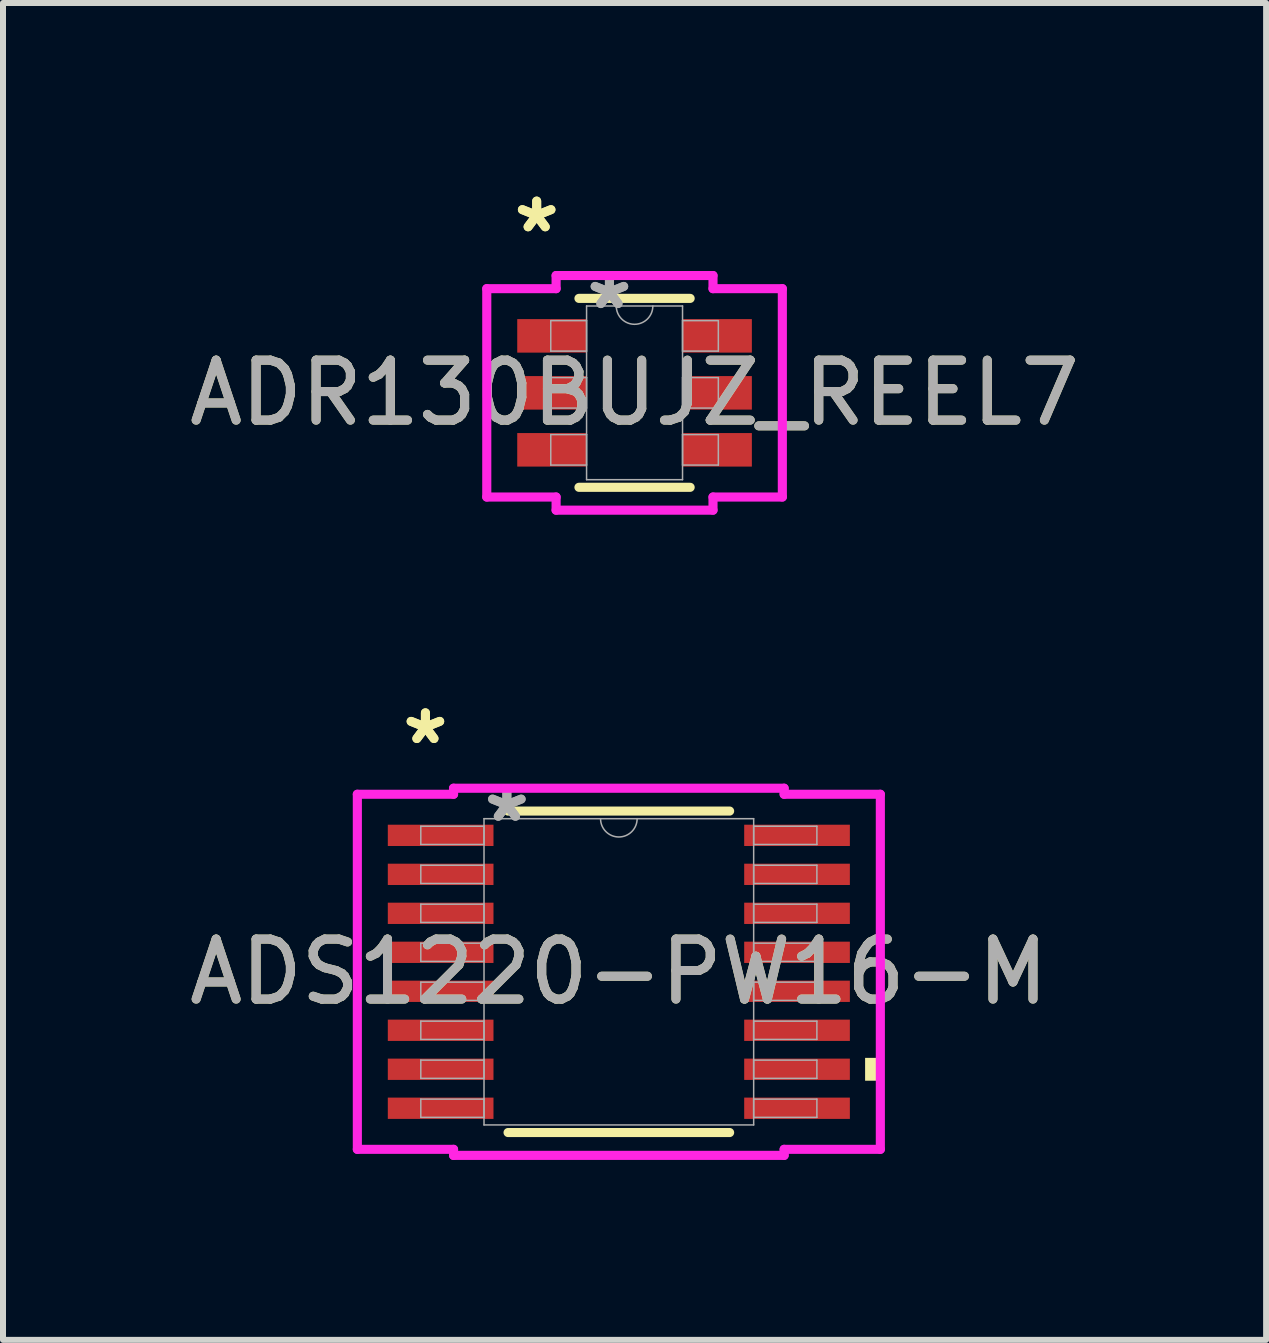
<source format=kicad_pcb>
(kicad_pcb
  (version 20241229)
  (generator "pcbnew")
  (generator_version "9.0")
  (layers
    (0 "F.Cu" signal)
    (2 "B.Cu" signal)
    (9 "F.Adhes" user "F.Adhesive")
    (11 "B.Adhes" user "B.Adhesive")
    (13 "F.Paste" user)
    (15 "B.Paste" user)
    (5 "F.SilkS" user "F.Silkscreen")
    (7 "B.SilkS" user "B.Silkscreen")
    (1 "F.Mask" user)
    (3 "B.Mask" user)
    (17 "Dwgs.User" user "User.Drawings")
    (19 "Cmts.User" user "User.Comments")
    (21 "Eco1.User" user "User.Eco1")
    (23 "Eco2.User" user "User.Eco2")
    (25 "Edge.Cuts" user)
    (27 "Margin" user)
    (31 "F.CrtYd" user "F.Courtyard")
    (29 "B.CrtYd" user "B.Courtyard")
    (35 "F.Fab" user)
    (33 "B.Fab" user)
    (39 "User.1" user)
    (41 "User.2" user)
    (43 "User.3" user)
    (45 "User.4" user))
  (footprint "ADR130BUJZ_REEL7"
    (layer "F.Cu")
    (at 7.53 3.5)
    (property "Reference" "ADR130BUJZ_REEL7" (at 0 0 0) (unlocked yes) (layer "F.SilkS") (effects (font (size 1 1) (thickness 0.15))))
    (attr smd)
    (fp_line (start -0.927 1.575) (end 0.927 1.575) (stroke (width 0.152) (type solid)) (layer "F.SilkS"))
    (fp_line (start 0.927 -1.575) (end -0.927 -1.575) (stroke (width 0.152) (type solid)) (layer "F.SilkS"))
    (fp_line (start -2.464 -1.737) (end -1.308 -1.737) (stroke (width 0.152) (type solid)) (layer "F.CrtYd"))
    (fp_line (start -2.464 1.737) (end -2.464 -1.737) (stroke (width 0.152) (type solid)) (layer "F.CrtYd"))
    (fp_line (start -2.464 1.737) (end -1.308 1.737) (stroke (width 0.152) (type solid)) (layer "F.CrtYd"))
    (fp_line (start -1.308 -1.956) (end 1.308 -1.956) (stroke (width 0.152) (type solid)) (layer "F.CrtYd"))
    (fp_line (start -1.308 -1.737) (end -1.308 -1.956) (stroke (width 0.152) (type solid)) (layer "F.CrtYd"))
    (fp_line (start -1.308 1.956) (end -1.308 1.737) (stroke (width 0.152) (type solid)) (layer "F.CrtYd"))
    (fp_line (start 1.308 -1.956) (end 1.308 -1.737) (stroke (width 0.152) (type solid)) (layer "F.CrtYd"))
    (fp_line (start 1.308 1.737) (end 1.308 1.956) (stroke (width 0.152) (type solid)) (layer "F.CrtYd"))
    (fp_line (start 1.308 1.956) (end -1.308 1.956) (stroke (width 0.152) (type solid)) (layer "F.CrtYd"))
    (fp_line (start 2.464 -1.737) (end 1.308 -1.737) (stroke (width 0.152) (type solid)) (layer "F.CrtYd"))
    (fp_line (start 2.464 -1.737) (end 2.464 1.737) (stroke (width 0.152) (type solid)) (layer "F.CrtYd"))
    (fp_line (start 2.464 1.737) (end 1.308 1.737) (stroke (width 0.152) (type solid)) (layer "F.CrtYd"))
    (fp_line (start -1.397 -1.204) (end -1.397 -0.696) (stroke (width 0.025) (type solid)) (layer "F.Fab"))
    (fp_line (start -1.397 -0.696) (end -0.8 -0.696) (stroke (width 0.025) (type solid)) (layer "F.Fab"))
    (fp_line (start -1.397 -0.254) (end -1.397 0.254) (stroke (width 0.025) (type solid)) (layer "F.Fab"))
    (fp_line (start -1.397 0.254) (end -0.8 0.254) (stroke (width 0.025) (type solid)) (layer "F.Fab"))
    (fp_line (start -1.397 0.696) (end -1.397 1.204) (stroke (width 0.025) (type solid)) (layer "F.Fab"))
    (fp_line (start -1.397 1.204) (end -0.8 1.204) (stroke (width 0.025) (type solid)) (layer "F.Fab"))
    (fp_line (start -0.8 -1.448) (end -0.8 1.448) (stroke (width 0.025) (type solid)) (layer "F.Fab"))
    (fp_line (start -0.8 -1.204) (end -1.397 -1.204) (stroke (width 0.025) (type solid)) (layer "F.Fab"))
    (fp_line (start -0.8 -0.696) (end -0.8 -1.204) (stroke (width 0.025) (type solid)) (layer "F.Fab"))
    (fp_line (start -0.8 -0.254) (end -1.397 -0.254) (stroke (width 0.025) (type solid)) (layer "F.Fab"))
    (fp_line (start -0.8 0.254) (end -0.8 -0.254) (stroke (width 0.025) (type solid)) (layer "F.Fab"))
    (fp_line (start -0.8 0.696) (end -1.397 0.696) (stroke (width 0.025) (type solid)) (layer "F.Fab"))
    (fp_line (start -0.8 1.204) (end -0.8 0.696) (stroke (width 0.025) (type solid)) (layer "F.Fab"))
    (fp_line (start -0.8 1.448) (end 0.8 1.448) (stroke (width 0.025) (type solid)) (layer "F.Fab"))
    (fp_line (start 0.8 -1.448) (end -0.8 -1.448) (stroke (width 0.025) (type solid)) (layer "F.Fab"))
    (fp_line (start 0.8 -1.204) (end 0.8 -0.696) (stroke (width 0.025) (type solid)) (layer "F.Fab"))
    (fp_line (start 0.8 -0.696) (end 1.397 -0.696) (stroke (width 0.025) (type solid)) (layer "F.Fab"))
    (fp_line (start 0.8 -0.254) (end 0.8 0.254) (stroke (width 0.025) (type solid)) (layer "F.Fab"))
    (fp_line (start 0.8 0.254) (end 1.397 0.254) (stroke (width 0.025) (type solid)) (layer "F.Fab"))
    (fp_line (start 0.8 0.696) (end 0.8 1.204) (stroke (width 0.025) (type solid)) (layer "F.Fab"))
    (fp_line (start 0.8 1.204) (end 1.397 1.204) (stroke (width 0.025) (type solid)) (layer "F.Fab"))
    (fp_line (start 0.8 1.448) (end 0.8 -1.448) (stroke (width 0.025) (type solid)) (layer "F.Fab"))
    (fp_line (start 1.397 -1.204) (end 0.8 -1.204) (stroke (width 0.025) (type solid)) (layer "F.Fab"))
    (fp_line (start 1.397 -0.696) (end 1.397 -1.204) (stroke (width 0.025) (type solid)) (layer "F.Fab"))
    (fp_line (start 1.397 -0.254) (end 0.8 -0.254) (stroke (width 0.025) (type solid)) (layer "F.Fab"))
    (fp_line (start 1.397 0.254) (end 1.397 -0.254) (stroke (width 0.025) (type solid)) (layer "F.Fab"))
    (fp_line (start 1.397 0.696) (end 0.8 0.696) (stroke (width 0.025) (type solid)) (layer "F.Fab"))
    (fp_line (start 1.397 1.204) (end 1.397 0.696) (stroke (width 0.025) (type solid)) (layer "F.Fab"))
    (fp_arc (start 0.3048 -1.4478) (mid 0 -1.143) (end -0.3048 -1.4478) (stroke (width 0.0254) (type solid)) (layer "F.Fab"))
    (fp_text user "*" (at -1.632 -2.652 0) (unlocked yes) (layer "F.SilkS") (effects (font (size 1 1) (thickness 0.15))))
    (fp_text user "*" (at -1.632 -2.652 0) (layer "F.SilkS") (effects (font (size 1 1) (thickness 0.15))))
    (fp_text user "*" (at -0.419 -1.372 0) (unlocked yes) (layer "F.Fab") (effects (font (size 1 1) (thickness 0.15))))
    (fp_text user "*" (at -0.419 -1.372 0) (layer "F.Fab") (effects (font (size 1 1) (thickness 0.15))))
    (fp_text user "${REFERENCE}" (at 0 0 0) (unlocked yes) (layer "F.Fab") (effects (font (size 1 1) (thickness 0.15))))
    (pad "1" smd rect (at -1.378 -0.95) (size 1.156 0.559) (layers "F.Cu" "F.Mask" "F.Paste"))
    (pad "2" smd rect (at -1.378 0) (size 1.156 0.559) (layers "F.Cu" "F.Mask" "F.Paste"))
    (pad "3" smd rect (at -1.378 0.95) (size 1.156 0.559) (layers "F.Cu" "F.Mask" "F.Paste"))
    (pad "4" smd rect (at 1.378 0.95) (size 1.156 0.559) (layers "F.Cu" "F.Mask" "F.Paste"))
    (pad "5" smd rect (at 1.378 0) (size 1.156 0.559) (layers "F.Cu" "F.Mask" "F.Paste"))
    (pad "6" smd rect (at 1.378 -0.95) (size 1.156 0.559) (layers "F.Cu" "F.Mask" "F.Paste")))
  (footprint "ADS1220-PW16-M"
    (layer "F.Cu")
    (at 7.268 13.153)
    (property "Reference" "ADS1220-PW16-M" (at 0 0 0) (unlocked yes) (layer "F.SilkS") (effects (font (size 1 1) (thickness 0.15))))
    (attr smd)
    (fp_line (start -1.847 2.68) (end 1.847 2.68) (stroke (width 0.152) (type solid)) (layer "F.SilkS"))
    (fp_line (start 1.847 -2.68) (end -1.847 -2.68) (stroke (width 0.152) (type solid)) (layer "F.SilkS"))
    (fp_poly (pts (xy 4.36 1.435) (xy 4.36 1.816) (xy 4.106 1.816) (xy 4.106 1.435)) (stroke (width 0) (type solid)) (fill yes) (layer "F.SilkS"))
    (fp_line (start -4.36 -2.96) (end -2.756 -2.96) (stroke (width 0.152) (type solid)) (layer "F.CrtYd"))
    (fp_line (start -4.36 2.96) (end -4.36 -2.96) (stroke (width 0.152) (type solid)) (layer "F.CrtYd"))
    (fp_line (start -4.36 2.96) (end -2.756 2.96) (stroke (width 0.152) (type solid)) (layer "F.CrtYd"))
    (fp_line (start -2.756 -3.061) (end 2.756 -3.061) (stroke (width 0.152) (type solid)) (layer "F.CrtYd"))
    (fp_line (start -2.756 -2.96) (end -2.756 -3.061) (stroke (width 0.152) (type solid)) (layer "F.CrtYd"))
    (fp_line (start -2.756 3.061) (end -2.756 2.96) (stroke (width 0.152) (type solid)) (layer "F.CrtYd"))
    (fp_line (start 2.756 -3.061) (end 2.756 -2.96) (stroke (width 0.152) (type solid)) (layer "F.CrtYd"))
    (fp_line (start 2.756 2.96) (end 2.756 3.061) (stroke (width 0.152) (type solid)) (layer "F.CrtYd"))
    (fp_line (start 2.756 3.061) (end -2.756 3.061) (stroke (width 0.152) (type solid)) (layer "F.CrtYd"))
    (fp_line (start 4.36 -2.96) (end 2.756 -2.96) (stroke (width 0.152) (type solid)) (layer "F.CrtYd"))
    (fp_line (start 4.36 -2.96) (end 4.36 2.96) (stroke (width 0.152) (type solid)) (layer "F.CrtYd"))
    (fp_line (start 4.36 2.96) (end 2.756 2.96) (stroke (width 0.152) (type solid)) (layer "F.CrtYd"))
    (fp_line (start -3.302 -2.427) (end -3.302 -2.123) (stroke (width 0.025) (type solid)) (layer "F.Fab"))
    (fp_line (start -3.302 -2.123) (end -2.248 -2.123) (stroke (width 0.025) (type solid)) (layer "F.Fab"))
    (fp_line (start -3.302 -1.777) (end -3.302 -1.473) (stroke (width 0.025) (type solid)) (layer "F.Fab"))
    (fp_line (start -3.302 -1.473) (end -2.248 -1.473) (stroke (width 0.025) (type solid)) (layer "F.Fab"))
    (fp_line (start -3.302 -1.127) (end -3.302 -0.823) (stroke (width 0.025) (type solid)) (layer "F.Fab"))
    (fp_line (start -3.302 -0.823) (end -2.248 -0.823) (stroke (width 0.025) (type solid)) (layer "F.Fab"))
    (fp_line (start -3.302 -0.477) (end -3.302 -0.173) (stroke (width 0.025) (type solid)) (layer "F.Fab"))
    (fp_line (start -3.302 -0.173) (end -2.248 -0.173) (stroke (width 0.025) (type solid)) (layer "F.Fab"))
    (fp_line (start -3.302 0.173) (end -3.302 0.477) (stroke (width 0.025) (type solid)) (layer "F.Fab"))
    (fp_line (start -3.302 0.477) (end -2.248 0.477) (stroke (width 0.025) (type solid)) (layer "F.Fab"))
    (fp_line (start -3.302 0.823) (end -3.302 1.127) (stroke (width 0.025) (type solid)) (layer "F.Fab"))
    (fp_line (start -3.302 1.127) (end -2.248 1.127) (stroke (width 0.025) (type solid)) (layer "F.Fab"))
    (fp_line (start -3.302 1.473) (end -3.302 1.777) (stroke (width 0.025) (type solid)) (layer "F.Fab"))
    (fp_line (start -3.302 1.777) (end -2.248 1.777) (stroke (width 0.025) (type solid)) (layer "F.Fab"))
    (fp_line (start -3.302 2.123) (end -3.302 2.427) (stroke (width 0.025) (type solid)) (layer "F.Fab"))
    (fp_line (start -3.302 2.427) (end -2.248 2.427) (stroke (width 0.025) (type solid)) (layer "F.Fab"))
    (fp_line (start -2.248 -2.553) (end -2.248 2.553) (stroke (width 0.025) (type solid)) (layer "F.Fab"))
    (fp_line (start -2.248 -2.427) (end -3.302 -2.427) (stroke (width 0.025) (type solid)) (layer "F.Fab"))
    (fp_line (start -2.248 -2.123) (end -2.248 -2.427) (stroke (width 0.025) (type solid)) (layer "F.Fab"))
    (fp_line (start -2.248 -1.777) (end -3.302 -1.777) (stroke (width 0.025) (type solid)) (layer "F.Fab"))
    (fp_line (start -2.248 -1.473) (end -2.248 -1.777) (stroke (width 0.025) (type solid)) (layer "F.Fab"))
    (fp_line (start -2.248 -1.127) (end -3.302 -1.127) (stroke (width 0.025) (type solid)) (layer "F.Fab"))
    (fp_line (start -2.248 -0.823) (end -2.248 -1.127) (stroke (width 0.025) (type solid)) (layer "F.Fab"))
    (fp_line (start -2.248 -0.477) (end -3.302 -0.477) (stroke (width 0.025) (type solid)) (layer "F.Fab"))
    (fp_line (start -2.248 -0.173) (end -2.248 -0.477) (stroke (width 0.025) (type solid)) (layer "F.Fab"))
    (fp_line (start -2.248 0.173) (end -3.302 0.173) (stroke (width 0.025) (type solid)) (layer "F.Fab"))
    (fp_line (start -2.248 0.477) (end -2.248 0.173) (stroke (width 0.025) (type solid)) (layer "F.Fab"))
    (fp_line (start -2.248 0.823) (end -3.302 0.823) (stroke (width 0.025) (type solid)) (layer "F.Fab"))
    (fp_line (start -2.248 1.127) (end -2.248 0.823) (stroke (width 0.025) (type solid)) (layer "F.Fab"))
    (fp_line (start -2.248 1.473) (end -3.302 1.473) (stroke (width 0.025) (type solid)) (layer "F.Fab"))
    (fp_line (start -2.248 1.777) (end -2.248 1.473) (stroke (width 0.025) (type solid)) (layer "F.Fab"))
    (fp_line (start -2.248 2.123) (end -3.302 2.123) (stroke (width 0.025) (type solid)) (layer "F.Fab"))
    (fp_line (start -2.248 2.427) (end -2.248 2.123) (stroke (width 0.025) (type solid)) (layer "F.Fab"))
    (fp_line (start -2.248 2.553) (end 2.248 2.553) (stroke (width 0.025) (type solid)) (layer "F.Fab"))
    (fp_line (start 2.248 -2.553) (end -2.248 -2.553) (stroke (width 0.025) (type solid)) (layer "F.Fab"))
    (fp_line (start 2.248 -2.427) (end 2.248 -2.123) (stroke (width 0.025) (type solid)) (layer "F.Fab"))
    (fp_line (start 2.248 -2.123) (end 3.302 -2.123) (stroke (width 0.025) (type solid)) (layer "F.Fab"))
    (fp_line (start 2.248 -1.777) (end 2.248 -1.473) (stroke (width 0.025) (type solid)) (layer "F.Fab"))
    (fp_line (start 2.248 -1.473) (end 3.302 -1.473) (stroke (width 0.025) (type solid)) (layer "F.Fab"))
    (fp_line (start 2.248 -1.127) (end 2.248 -0.823) (stroke (width 0.025) (type solid)) (layer "F.Fab"))
    (fp_line (start 2.248 -0.823) (end 3.302 -0.823) (stroke (width 0.025) (type solid)) (layer "F.Fab"))
    (fp_line (start 2.248 -0.477) (end 2.248 -0.173) (stroke (width 0.025) (type solid)) (layer "F.Fab"))
    (fp_line (start 2.248 -0.173) (end 3.302 -0.173) (stroke (width 0.025) (type solid)) (layer "F.Fab"))
    (fp_line (start 2.248 0.173) (end 2.248 0.477) (stroke (width 0.025) (type solid)) (layer "F.Fab"))
    (fp_line (start 2.248 0.477) (end 3.302 0.477) (stroke (width 0.025) (type solid)) (layer "F.Fab"))
    (fp_line (start 2.248 0.823) (end 2.248 1.127) (stroke (width 0.025) (type solid)) (layer "F.Fab"))
    (fp_line (start 2.248 1.127) (end 3.302 1.127) (stroke (width 0.025) (type solid)) (layer "F.Fab"))
    (fp_line (start 2.248 1.473) (end 2.248 1.777) (stroke (width 0.025) (type solid)) (layer "F.Fab"))
    (fp_line (start 2.248 1.777) (end 3.302 1.777) (stroke (width 0.025) (type solid)) (layer "F.Fab"))
    (fp_line (start 2.248 2.123) (end 2.248 2.427) (stroke (width 0.025) (type solid)) (layer "F.Fab"))
    (fp_line (start 2.248 2.427) (end 3.302 2.427) (stroke (width 0.025) (type solid)) (layer "F.Fab"))
    (fp_line (start 2.248 2.553) (end 2.248 -2.553) (stroke (width 0.025) (type solid)) (layer "F.Fab"))
    (fp_line (start 3.302 -2.427) (end 2.248 -2.427) (stroke (width 0.025) (type solid)) (layer "F.Fab"))
    (fp_line (start 3.302 -2.123) (end 3.302 -2.427) (stroke (width 0.025) (type solid)) (layer "F.Fab"))
    (fp_line (start 3.302 -1.777) (end 2.248 -1.777) (stroke (width 0.025) (type solid)) (layer "F.Fab"))
    (fp_line (start 3.302 -1.473) (end 3.302 -1.777) (stroke (width 0.025) (type solid)) (layer "F.Fab"))
    (fp_line (start 3.302 -1.127) (end 2.248 -1.127) (stroke (width 0.025) (type solid)) (layer "F.Fab"))
    (fp_line (start 3.302 -0.823) (end 3.302 -1.127) (stroke (width 0.025) (type solid)) (layer "F.Fab"))
    (fp_line (start 3.302 -0.477) (end 2.248 -0.477) (stroke (width 0.025) (type solid)) (layer "F.Fab"))
    (fp_line (start 3.302 -0.173) (end 3.302 -0.477) (stroke (width 0.025) (type solid)) (layer "F.Fab"))
    (fp_line (start 3.302 0.173) (end 2.248 0.173) (stroke (width 0.025) (type solid)) (layer "F.Fab"))
    (fp_line (start 3.302 0.477) (end 3.302 0.173) (stroke (width 0.025) (type solid)) (layer "F.Fab"))
    (fp_line (start 3.302 0.823) (end 2.248 0.823) (stroke (width 0.025) (type solid)) (layer "F.Fab"))
    (fp_line (start 3.302 1.127) (end 3.302 0.823) (stroke (width 0.025) (type solid)) (layer "F.Fab"))
    (fp_line (start 3.302 1.473) (end 2.248 1.473) (stroke (width 0.025) (type solid)) (layer "F.Fab"))
    (fp_line (start 3.302 1.777) (end 3.302 1.473) (stroke (width 0.025) (type solid)) (layer "F.Fab"))
    (fp_line (start 3.302 2.123) (end 2.248 2.123) (stroke (width 0.025) (type solid)) (layer "F.Fab"))
    (fp_line (start 3.302 2.427) (end 3.302 2.123) (stroke (width 0.025) (type solid)) (layer "F.Fab"))
    (fp_arc (start 0.3048 -2.5527) (mid 0 -2.2479) (end -0.3048 -2.5527) (stroke (width 0.0254) (type solid)) (layer "F.Fab"))
    (fp_text user "*" (at -3.225 -3.773 0) (unlocked yes) (layer "F.SilkS") (effects (font (size 1 1) (thickness 0.15))))
    (fp_text user "*" (at -3.225 -3.773 0) (layer "F.SilkS") (effects (font (size 1 1) (thickness 0.15))))
    (fp_text user "*" (at -1.867 -2.477 0) (layer "F.Fab") (effects (font (size 1 1) (thickness 0.15))))
    (fp_text user "*" (at -1.867 -2.477 0) (unlocked yes) (layer "F.Fab") (effects (font (size 1 1) (thickness 0.15))))
    (fp_text user "${REFERENCE}" (at 0 0 0) (unlocked yes) (layer "F.Fab") (effects (font (size 1 1) (thickness 0.15))))
    (pad "1" smd rect (at -2.971 -2.275) (size 1.762 0.355) (layers "F.Cu" "F.Mask" "F.Paste"))
    (pad "2" smd rect (at -2.971 -1.625) (size 1.762 0.355) (layers "F.Cu" "F.Mask" "F.Paste"))
    (pad "3" smd rect (at -2.971 -0.975) (size 1.762 0.355) (layers "F.Cu" "F.Mask" "F.Paste"))
    (pad "4" smd rect (at -2.971 -0.325) (size 1.762 0.355) (layers "F.Cu" "F.Mask" "F.Paste"))
    (pad "5" smd rect (at -2.971 0.325) (size 1.762 0.355) (layers "F.Cu" "F.Mask" "F.Paste"))
    (pad "6" smd rect (at -2.971 0.975) (size 1.762 0.355) (layers "F.Cu" "F.Mask" "F.Paste"))
    (pad "7" smd rect (at -2.971 1.625) (size 1.762 0.355) (layers "F.Cu" "F.Mask" "F.Paste"))
    (pad "8" smd rect (at -2.971 2.275) (size 1.762 0.355) (layers "F.Cu" "F.Mask" "F.Paste"))
    (pad "9" smd rect (at 2.971 2.275) (size 1.762 0.355) (layers "F.Cu" "F.Mask" "F.Paste"))
    (pad "10" smd rect (at 2.971 1.625) (size 1.762 0.355) (layers "F.Cu" "F.Mask" "F.Paste"))
    (pad "11" smd rect (at 2.971 0.975) (size 1.762 0.355) (layers "F.Cu" "F.Mask" "F.Paste"))
    (pad "12" smd rect (at 2.971 0.325) (size 1.762 0.355) (layers "F.Cu" "F.Mask" "F.Paste"))
    (pad "13" smd rect (at 2.971 -0.325) (size 1.762 0.355) (layers "F.Cu" "F.Mask" "F.Paste"))
    (pad "14" smd rect (at 2.971 -0.975) (size 1.762 0.355) (layers "F.Cu" "F.Mask" "F.Paste"))
    (pad "15" smd rect (at 2.971 -1.625) (size 1.762 0.355) (layers "F.Cu" "F.Mask" "F.Paste"))
    (pad "16" smd rect (at 2.971 -2.275) (size 1.762 0.355) (layers "F.Cu" "F.Mask" "F.Paste")))
  (gr_rect
    (start -3 -3)
    (end 18.06 19.29)
    (stroke (width 0.1) (type default))
    (fill no)
    (layer "Edge.Cuts")))
</source>
